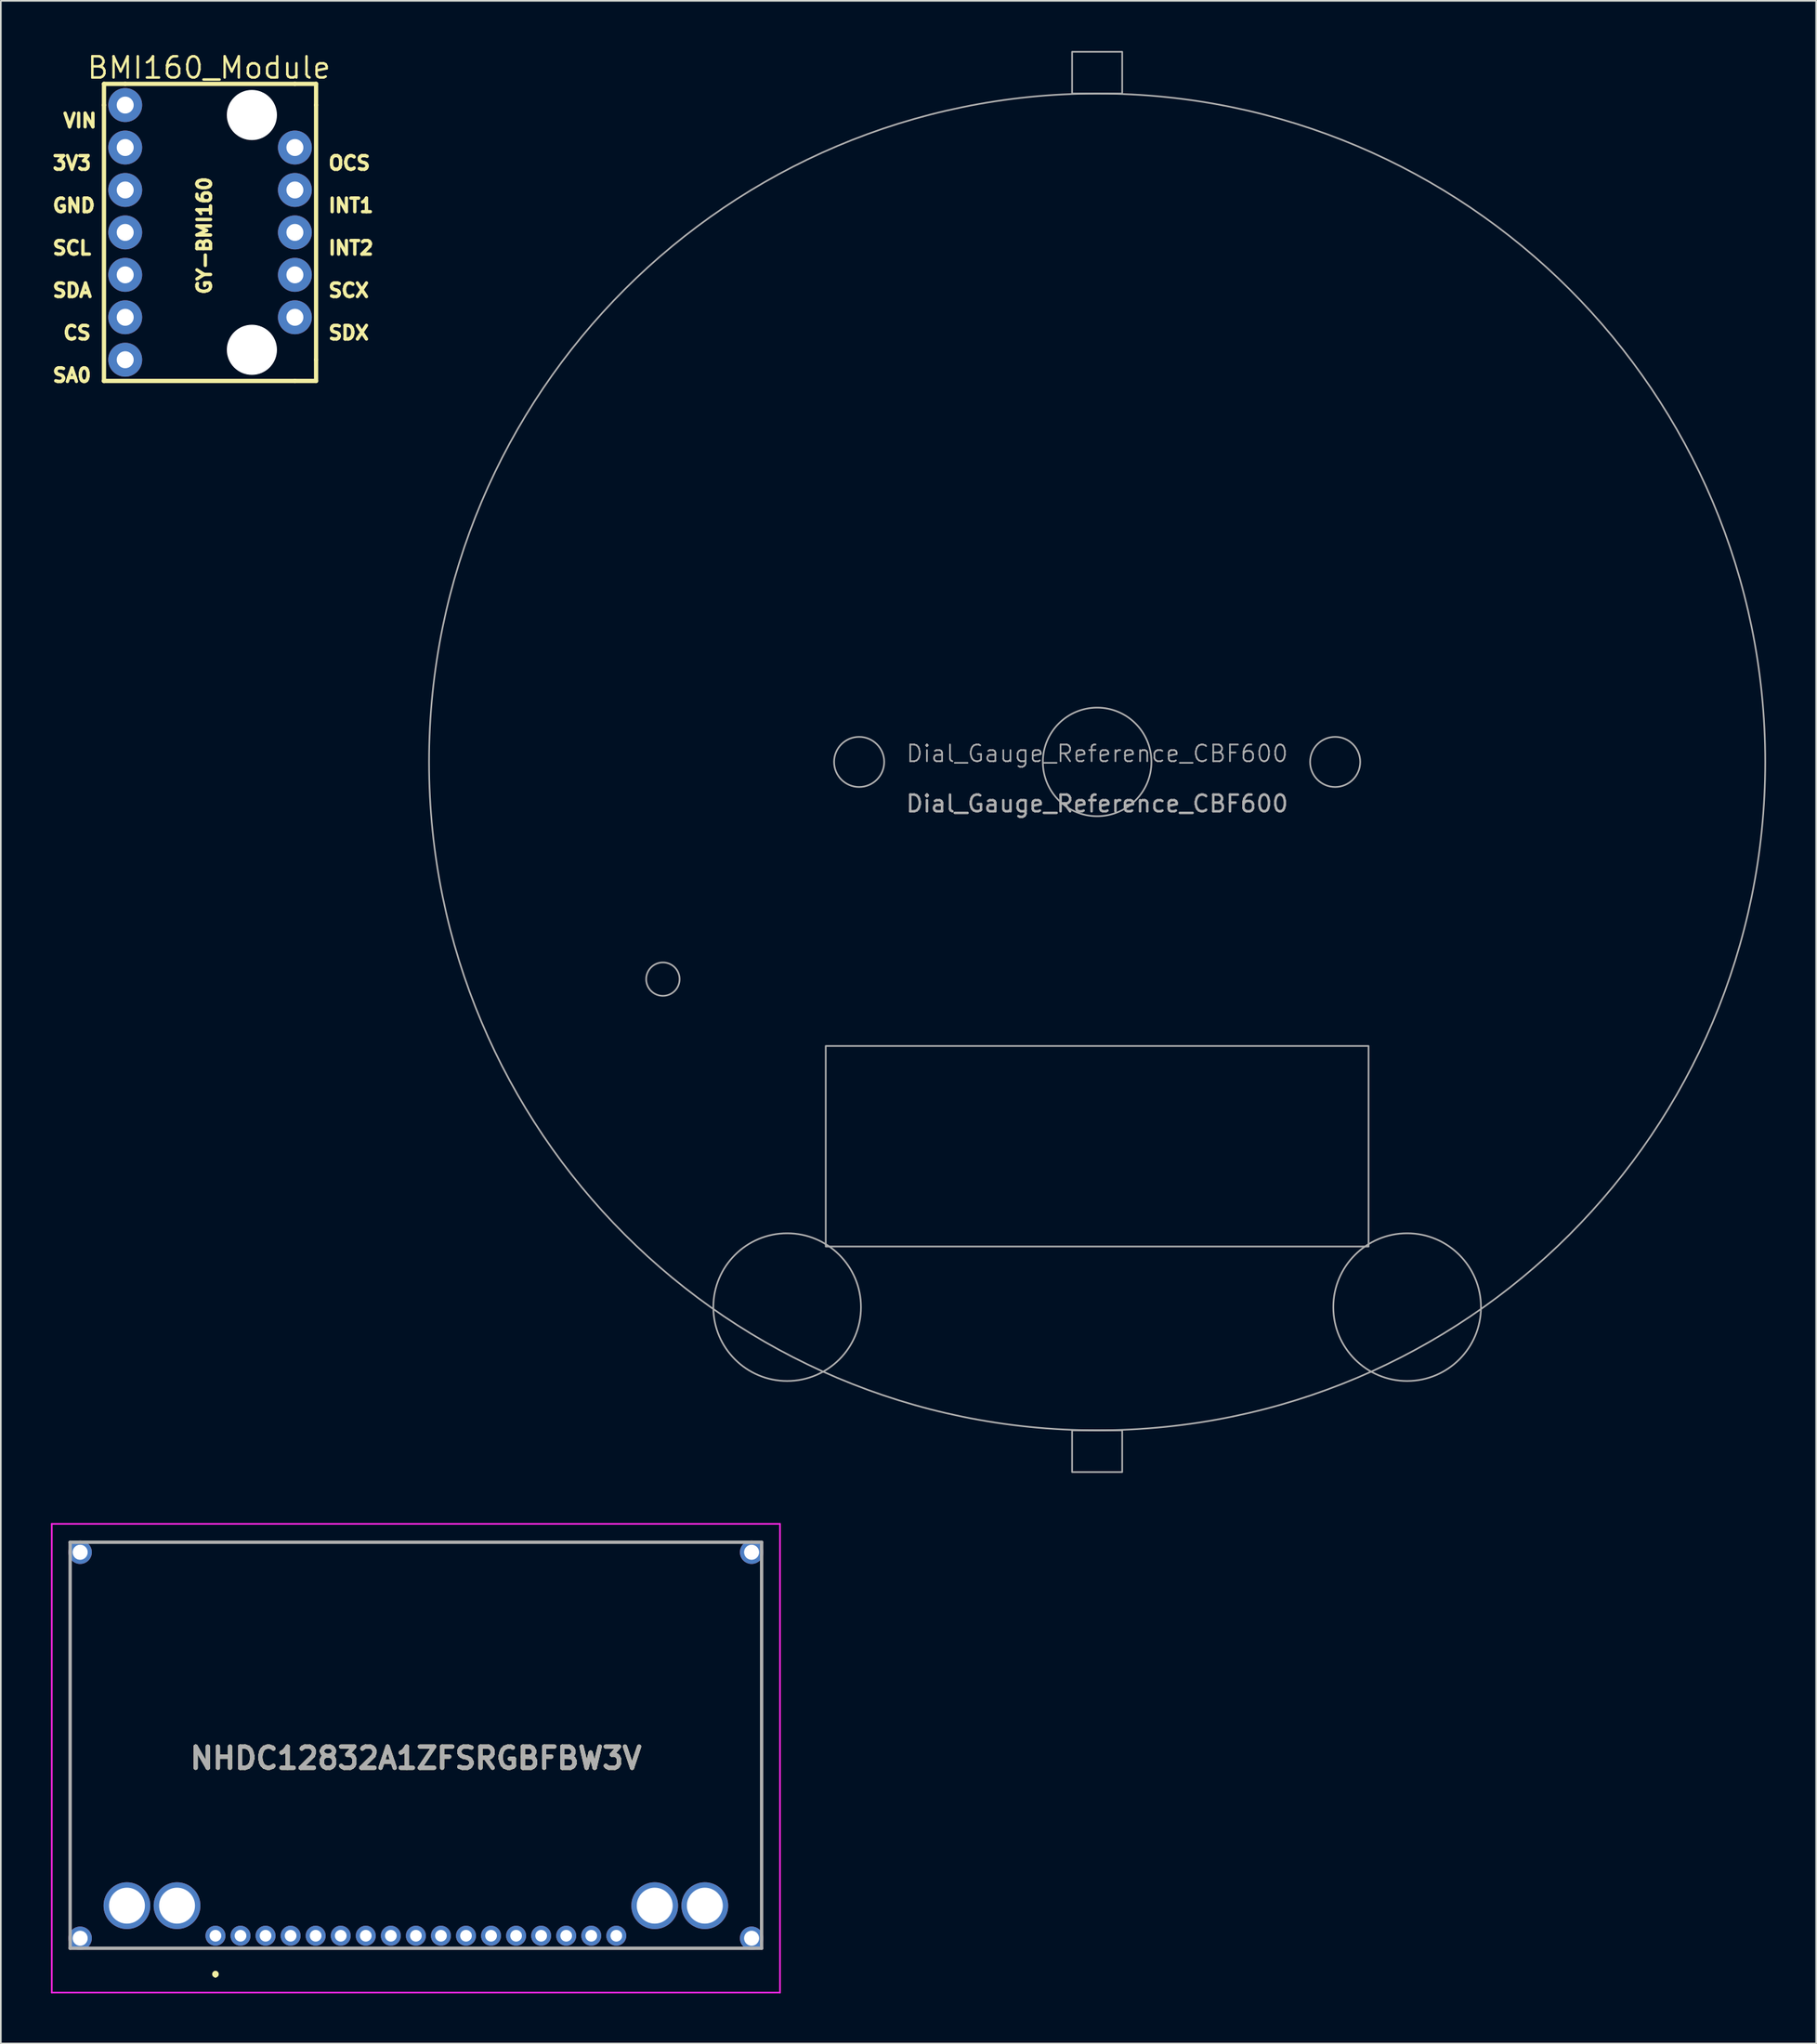
<source format=kicad_pcb>
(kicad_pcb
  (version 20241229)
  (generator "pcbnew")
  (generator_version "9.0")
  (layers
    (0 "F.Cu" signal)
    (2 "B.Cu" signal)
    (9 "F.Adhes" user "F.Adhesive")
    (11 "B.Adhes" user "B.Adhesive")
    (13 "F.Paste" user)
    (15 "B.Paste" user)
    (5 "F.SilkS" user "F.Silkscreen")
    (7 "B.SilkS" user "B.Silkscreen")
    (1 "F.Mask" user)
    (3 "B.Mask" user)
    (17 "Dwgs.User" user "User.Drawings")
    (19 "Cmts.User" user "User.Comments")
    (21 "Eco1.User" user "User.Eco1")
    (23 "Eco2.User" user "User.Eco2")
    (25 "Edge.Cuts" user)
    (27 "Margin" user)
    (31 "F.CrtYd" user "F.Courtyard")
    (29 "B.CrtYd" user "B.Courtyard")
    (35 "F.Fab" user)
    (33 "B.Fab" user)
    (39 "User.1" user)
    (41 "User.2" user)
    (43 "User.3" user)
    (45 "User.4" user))
  (footprint "BMI160_Module"
    (layer "F.Cu")
    (at 3.175 10.86)
    (property "Reference" "BMI160_Module" (at 6.289 -9.853 0) (layer "F.SilkS") (effects (font (size 1.27 1.27) (thickness 0.15))))
    (fp_line (start 0 -7.621) (end 0 8.889) (stroke (width 0.254) (type default)) (layer "F.SilkS"))
    (fp_line (start 0 8.889) (end 0 8.889) (stroke (width 0.254) (type default)) (layer "F.SilkS"))
    (fp_line (start 0 8.889) (end 11.43 8.889) (stroke (width 0.254) (type default)) (layer "F.SilkS"))
    (fp_line (start 0.001 -8.891) (end 0 -7.621) (stroke (width 0.254) (type default)) (layer "F.SilkS"))
    (fp_line (start 1.27 -8.891) (end 0.001 -8.891) (stroke (width 0.254) (type default)) (layer "F.SilkS"))
    (fp_line (start 11.43 -8.891) (end 1.27 -8.891) (stroke (width 0.254) (type default)) (layer "F.SilkS"))
    (fp_line (start 11.43 8.889) (end 12.701 8.889) (stroke (width 0.254) (type default)) (layer "F.SilkS"))
    (fp_line (start 12.7 -7.621) (end 12.701 -8.891) (stroke (width 0.254) (type default)) (layer "F.SilkS"))
    (fp_line (start 12.7 7.619) (end 12.7 -7.621) (stroke (width 0.254) (type default)) (layer "F.SilkS"))
    (fp_line (start 12.701 -8.891) (end 11.43 -8.891) (stroke (width 0.254) (type default)) (layer "F.SilkS"))
    (fp_line (start 12.701 8.889) (end 12.7 7.619) (stroke (width 0.254) (type default)) (layer "F.SilkS"))
    (fp_text user "OCS" (at 13.335 -4.624 0) (unlocked yes) (layer "F.SilkS") (effects (font (size 0.813 0.813) (thickness 0.203)) (justify left top)))
    (fp_text user "SCL" (at -3.175 0.456 0) (unlocked yes) (layer "F.SilkS") (effects (font (size 0.813 0.813) (thickness 0.203)) (justify left top)))
    (fp_text user "SCX" (at 13.335 2.996 0) (unlocked yes) (layer "F.SilkS") (effects (font (size 0.813 0.813) (thickness 0.203)) (justify left top)))
    (fp_text user "SA0" (at -3.175 8.076 0) (unlocked yes) (layer "F.SilkS") (effects (font (size 0.813 0.813) (thickness 0.203)) (justify left top)))
    (fp_text user "CS" (at -2.54 5.536 0) (unlocked yes) (layer "F.SilkS") (effects (font (size 0.813 0.813) (thickness 0.203)) (justify left top)))
    (fp_text user "INT2" (at 13.335 0.456 0) (unlocked yes) (layer "F.SilkS") (effects (font (size 0.813 0.813) (thickness 0.203)) (justify left top)))
    (fp_text user "SDX" (at 13.335 5.536 0) (unlocked yes) (layer "F.SilkS") (effects (font (size 0.813 0.813) (thickness 0.203)) (justify left top)))
    (fp_text user "SDA" (at -3.175 2.996 0) (unlocked yes) (layer "F.SilkS") (effects (font (size 0.813 0.813) (thickness 0.203)) (justify left top)))
    (fp_text user "3V3" (at -3.175 -4.624 0) (unlocked yes) (layer "F.SilkS") (effects (font (size 0.813 0.813) (thickness 0.203)) (justify left top)))
    (fp_text user "VIN" (at -2.54 -7.164 0) (unlocked yes) (layer "F.SilkS") (effects (font (size 0.813 0.813) (thickness 0.203)) (justify left top)))
    (fp_text user "INT1" (at 13.335 -2.084 0) (unlocked yes) (layer "F.SilkS") (effects (font (size 0.813 0.813) (thickness 0.203)) (justify left top)))
    (fp_text user "GY-BMI160" (at 5.537 3.809 90) (unlocked yes) (layer "F.SilkS") (effects (font (size 0.813 0.813) (thickness 0.203)) (justify left top)))
    (fp_text user "GND" (at -3.175 -2.084 0) (unlocked yes) (layer "F.SilkS") (effects (font (size 0.813 0.813) (thickness 0.203)) (justify left top)))
    (pad "" np_thru_hole circle (at 8.856 -7.026) (size 3 3) (drill 3) (layers "*.Cu" "*.Mask"))
    (pad "" np_thru_hole circle (at 8.856 7.026) (size 3 3) (drill 3) (layers "*.Cu" "*.Mask"))
    (pad "1" thru_hole oval (at 1.271 7.619) (size 2.032 2.032) (drill 1.016) (layers "*.Cu" "*.Mask"))
    (pad "2" thru_hole oval (at 1.271 5.079) (size 2.032 2.032) (drill 1.016) (layers "*.Cu" "*.Mask"))
    (pad "3" thru_hole oval (at 1.271 2.539) (size 2.032 2.032) (drill 1.016) (layers "*.Cu" "*.Mask"))
    (pad "4" thru_hole oval (at 1.271 -0.001) (size 2.032 2.032) (drill 1.016) (layers "*.Cu" "*.Mask"))
    (pad "5" thru_hole oval (at 1.271 -2.541) (size 2.032 2.032) (drill 1.016) (layers "*.Cu" "*.Mask"))
    (pad "6" thru_hole oval (at 1.271 -5.081) (size 2.032 2.032) (drill 1.016) (layers "*.Cu" "*.Mask"))
    (pad "7" thru_hole oval (at 1.271 -7.621) (size 2.032 2.032) (drill 1.016) (layers "*.Cu" "*.Mask"))
    (pad "8" thru_hole oval (at 11.431 -5.081) (size 2.032 2.032) (drill 1.016) (layers "*.Cu" "*.Mask"))
    (pad "9" thru_hole oval (at 11.431 -2.541) (size 2.032 2.032) (drill 1.016) (layers "*.Cu" "*.Mask"))
    (pad "10" thru_hole oval (at 11.431 -0.001) (size 2.032 2.032) (drill 1.016) (layers "*.Cu" "*.Mask"))
    (pad "11" thru_hole oval (at 11.431 2.539) (size 2.032 2.032) (drill 1.016) (layers "*.Cu" "*.Mask"))
    (pad "12" thru_hole oval (at 11.431 5.079) (size 2.032 2.032) (drill 1.016) (layers "*.Cu" "*.Mask")))
  (footprint "Dial_Gauge_Reference_CBF600"
    (layer "F.Cu")
    (at 62.639 42.55)
    (property "Reference" "Dial_Gauge_Reference_CBF600" (at 0 -0.5 0) (unlocked yes) (layer "F.Fab") (effects (font (size 1 1) (thickness 0.1))))
    (attr smd)
    (fp_rect (start -1.5 -42.5) (end 1.5 -40) (stroke (width 0.1) (type solid)) (fill no) (layer "F.Fab"))
    (fp_rect (start -1.5 40) (end 1.5 42.5) (stroke (width 0.1) (type solid)) (fill no) (layer "F.Fab"))
    (fp_rect (start 16.25 29) (end -16.25 17) (stroke (width 0.1) (type solid)) (fill no) (layer "F.Fab"))
    (fp_circle (center -26 13) (end -25 13) (stroke (width 0.1) (type solid)) (fill no) (layer "F.Fab"))
    (fp_circle (center -18.56 32.63) (end -14.14 32.63) (stroke (width 0.1) (type solid)) (fill no) (layer "F.Fab"))
    (fp_circle (center -14.25 0) (end -12.75 0) (stroke (width 0.1) (type solid)) (fill no) (layer "F.Fab"))
    (fp_circle (center 0 0) (end 3.25 0) (stroke (width 0.1) (type solid)) (fill no) (layer "F.Fab"))
    (fp_circle (center 0 0) (end 40 0) (stroke (width 0.1) (type solid)) (fill no) (layer "F.Fab"))
    (fp_circle (center 14.25 0) (end 15.75 0) (stroke (width 0.1) (type solid)) (fill no) (layer "F.Fab"))
    (fp_circle (center 18.56 32.63) (end 22.98 32.63) (stroke (width 0.1) (type solid)) (fill no) (layer "F.Fab"))
    (fp_text user "${REFERENCE}" (at 0 2.5 0) (unlocked yes) (layer "F.Fab") (effects (font (size 1 1) (thickness 0.15)))))
  (footprint "NHDC12832A1ZFSRGBFBW3V"
    (layer "F.Cu")
    (at 9.85 112.8)
    (property "Reference" "NHDC12832A1ZFSRGBFBW3V" (at 12 -10.625 0) (layer "F.SilkS") (effects (font (size 1.27 1.27) (thickness 0.254))))
    (attr through_hole)
    (fp_line (start -8.7 -20.8) (end -8.7 -3.8) (stroke (width 0.1) (type solid)) (layer "F.SilkS"))
    (fp_line (start -5.7 -23.55) (end 29.3 -23.55) (stroke (width 0.1) (type solid)) (layer "F.SilkS"))
    (fp_line (start 0 2.2) (end 0 2.2) (stroke (width 0.2) (type solid)) (layer "F.SilkS"))
    (fp_line (start 0 2.4) (end 0 2.4) (stroke (width 0.2) (type solid)) (layer "F.SilkS"))
    (fp_line (start 32.7 -20.8) (end 32.7 -4.8) (stroke (width 0.1) (type solid)) (layer "F.SilkS"))
    (fp_arc (start 0 2.2) (mid 0.1 2.3) (end 0 2.4) (stroke (width 0.2) (type solid)) (layer "F.SilkS"))
    (fp_arc (start 0 2.4) (mid -0.1 2.3) (end 0 2.2) (stroke (width 0.2) (type solid)) (layer "F.SilkS"))
    (fp_line (start -9.8 -24.65) (end 33.8 -24.65) (stroke (width 0.1) (type solid)) (layer "F.CrtYd"))
    (fp_line (start -9.8 3.4) (end -9.8 -24.65) (stroke (width 0.1) (type solid)) (layer "F.CrtYd"))
    (fp_line (start 33.8 -24.65) (end 33.8 3.4) (stroke (width 0.1) (type solid)) (layer "F.CrtYd"))
    (fp_line (start 33.8 3.4) (end -9.8 3.4) (stroke (width 0.1) (type solid)) (layer "F.CrtYd"))
    (fp_line (start -8.7 -23.55) (end 32.7 -23.55) (stroke (width 0.2) (type solid)) (layer "F.Fab"))
    (fp_line (start -8.7 0.75) (end -8.7 -23.55) (stroke (width 0.2) (type solid)) (layer "F.Fab"))
    (fp_line (start 32.7 -23.55) (end 32.7 0.75) (stroke (width 0.2) (type solid)) (layer "F.Fab"))
    (fp_line (start 32.7 0.75) (end -8.7 0.75) (stroke (width 0.2) (type solid)) (layer "F.Fab"))
    (fp_text user "${REFERENCE}" (at 12 -10.625 0) (layer "F.Fab") (effects (font (size 1.27 1.27) (thickness 0.254))))
    (pad "1" thru_hole circle (at 0 0) (size 1.2 1.2) (drill 0.7) (layers "*.Cu" "*.Mask"))
    (pad "2" thru_hole circle (at 1.5 0) (size 1.2 1.2) (drill 0.7) (layers "*.Cu" "*.Mask"))
    (pad "3" thru_hole circle (at 3 0) (size 1.2 1.2) (drill 0.7) (layers "*.Cu" "*.Mask"))
    (pad "4" thru_hole circle (at 4.5 0) (size 1.2 1.2) (drill 0.7) (layers "*.Cu" "*.Mask"))
    (pad "5" thru_hole circle (at 6 0) (size 1.2 1.2) (drill 0.7) (layers "*.Cu" "*.Mask"))
    (pad "6" thru_hole circle (at 7.5 0) (size 1.2 1.2) (drill 0.7) (layers "*.Cu" "*.Mask"))
    (pad "7" thru_hole circle (at 9 0) (size 1.2 1.2) (drill 0.7) (layers "*.Cu" "*.Mask"))
    (pad "8" thru_hole circle (at 10.5 0) (size 1.2 1.2) (drill 0.7) (layers "*.Cu" "*.Mask"))
    (pad "9" thru_hole circle (at 12 0) (size 1.2 1.2) (drill 0.7) (layers "*.Cu" "*.Mask"))
    (pad "10" thru_hole circle (at 13.5 0) (size 1.2 1.2) (drill 0.7) (layers "*.Cu" "*.Mask"))
    (pad "11" thru_hole circle (at 15 0) (size 1.2 1.2) (drill 0.7) (layers "*.Cu" "*.Mask"))
    (pad "12" thru_hole circle (at 16.5 0) (size 1.2 1.2) (drill 0.7) (layers "*.Cu" "*.Mask"))
    (pad "13" thru_hole circle (at 18 0) (size 1.2 1.2) (drill 0.7) (layers "*.Cu" "*.Mask"))
    (pad "14" thru_hole circle (at 19.5 0) (size 1.2 1.2) (drill 0.7) (layers "*.Cu" "*.Mask"))
    (pad "15" thru_hole circle (at 21 0) (size 1.2 1.2) (drill 0.7) (layers "*.Cu" "*.Mask"))
    (pad "16" thru_hole circle (at 22.5 0) (size 1.2 1.2) (drill 0.7) (layers "*.Cu" "*.Mask"))
    (pad "17" thru_hole circle (at 24 0) (size 1.2 1.2) (drill 0.7) (layers "*.Cu" "*.Mask"))
    (pad "A1" thru_hole circle (at -5.3 -1.8) (size 2.8 2.8) (drill 2.15) (layers "*.Cu" "*.Mask"))
    (pad "K1" thru_hole circle (at -2.3 -1.8) (size 2.8 2.8) (drill 2.15) (layers "*.Cu" "*.Mask"))
    (pad "K2" thru_hole circle (at 26.3 -1.8) (size 2.8 2.8) (drill 2.15) (layers "*.Cu" "*.Mask"))
    (pad "K3" thru_hole circle (at 29.3 -1.8) (size 2.8 2.8) (drill 2.15) (layers "*.Cu" "*.Mask"))
    (pad "MH1" thru_hole circle (at -8.1 0.15) (size 1.4 1.4) (drill 0.9) (layers "*.Cu" "*.Mask"))
    (pad "MH2" thru_hole circle (at -8.1 -22.95) (size 1.4 1.4) (drill 0.9) (layers "*.Cu" "*.Mask"))
    (pad "MH3" thru_hole circle (at 32.1 -22.95) (size 1.4 1.4) (drill 0.9) (layers "*.Cu" "*.Mask"))
    (pad "MH4" thru_hole circle (at 32.1 0.15) (size 1.4 1.4) (drill 0.9) (layers "*.Cu" "*.Mask")))
  (gr_rect
    (start -3 -3)
    (end 105.689 119.25)
    (stroke (width 0.1) (type default))
    (fill no)
    (layer "Edge.Cuts")))
</source>
